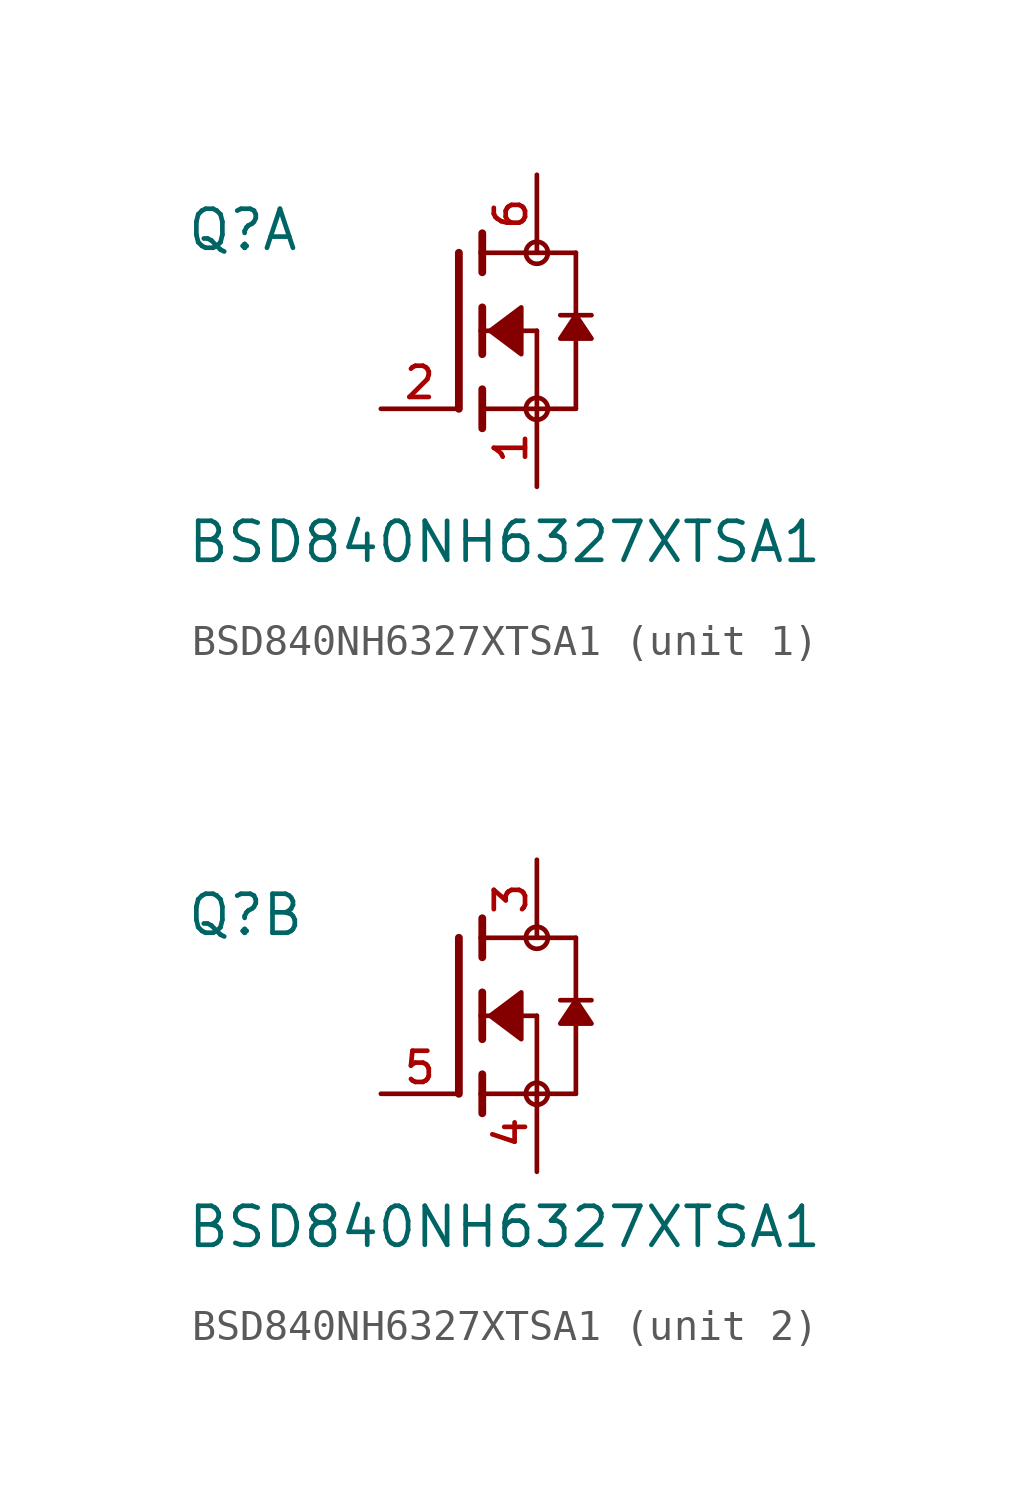
<source format=kicad_sym>
(kicad_symbol_lib
  (version 20211014)
  (generator kicad_symbol_editor)
  (symbol "BSD840NH6327XTSA1"
    (pin_names
      (offset 1.016))
    (property "Reference" "Q"
      (at -8.89 2.54 0)
      (effects (font (size 1.27 1.27)) (justify bottom left)))
    (property "Value" "BSD840NH6327XTSA1"
      (at -8.89 -7.62 0)
      (effects (font (size 1.27 1.27)) (justify bottom left)))
    (symbol "BSD840NH6327XTSA1_1_0"
      (polyline (pts (xy 0.762 0.762) (xy 0.762 0.0)) (stroke (width 0.254)))
      (polyline (pts (xy 0.762 0.0) (xy 0.762 -0.762)) (stroke (width 0.254)))
      (polyline (pts (xy 0.762 3.175) (xy 0.762 2.54)) (stroke (width 0.254)))
      (polyline (pts (xy 0.762 2.54) (xy 0.762 1.905)) (stroke (width 0.254)))
      (polyline (pts (xy 0.762 0.0) (xy 2.54 0.0)) (stroke (width 0.152)))
      (polyline (pts (xy 2.54 0.0) (xy 2.54 -2.54)) (stroke (width 0.152)))
      (polyline (pts (xy 0.762 -1.905) (xy 0.762 -3.175)) (stroke (width 0.254)))
      (polyline (pts (xy 0.0 2.54) (xy 0.0 -2.54)) (stroke (width 0.254)))
      (polyline (pts (xy 3.81 -2.54) (xy 0.762 -2.54)) (stroke (width 0.152)))
      (polyline (pts (xy 3.81 2.54) (xy 3.81 0.508)) (stroke (width 0.152)))
      (polyline (pts (xy 3.81 0.508) (xy 3.81 -2.54)) (stroke (width 0.152)))
      (polyline (pts (xy 0.762 2.54) (xy 3.81 2.54)) (stroke (width 0.152)))
      (polyline (pts (xy 4.318 0.508) (xy 3.81 0.508)) (stroke (width 0.152)))
      (polyline (pts (xy 3.81 0.508) (xy 3.302 0.508)) (stroke (width 0.152)))
      (circle (center 2.54 -2.54) (radius 0.359) (stroke (width 0.0)) (fill (type none)))
      (circle (center 2.54 2.54) (radius 0.359) (stroke (width 0.0)) (fill (type none)))
      (polyline (pts (xy 3.81 0.508) (xy 3.302 -0.254) (xy 4.318 -0.254) (xy 3.81 0.508)) (stroke (width 0.152)) (fill (type outline)))
      (polyline (pts (xy 1.016 0.0) (xy 2.032 0.762) (xy 2.032 -0.762) (xy 1.016 0.0)) (stroke (width 0.152)) (fill (type outline)))
      (pin passive line (at 2.54 -5.08 90.0) (length 2.54) (name "~" (effects (font (size 1.016 1.016)))) (number "1" (effects (font (size 1.016 1.016)))))
      (pin passive line (at -2.54 -2.54 0) (length 2.54) (name "~" (effects (font (size 1.016 1.016)))) (number "2" (effects (font (size 1.016 1.016)))))
      (pin passive line (at 2.54 5.08 270.0) (length 2.54) (name "~" (effects (font (size 1.016 1.016)))) (number "6" (effects (font (size 1.016 1.016))))))
    (symbol "BSD840NH6327XTSA1_2_0"
      (polyline (pts (xy 0.762 0.762) (xy 0.762 0.0)) (stroke (width 0.254)))
      (polyline (pts (xy 0.762 0.0) (xy 0.762 -0.762)) (stroke (width 0.254)))
      (polyline (pts (xy 0.762 3.175) (xy 0.762 2.54)) (stroke (width 0.254)))
      (polyline (pts (xy 0.762 2.54) (xy 0.762 1.905)) (stroke (width 0.254)))
      (polyline (pts (xy 0.762 0.0) (xy 2.54 0.0)) (stroke (width 0.152)))
      (polyline (pts (xy 2.54 0.0) (xy 2.54 -2.54)) (stroke (width 0.152)))
      (polyline (pts (xy 0.762 -1.905) (xy 0.762 -2.54)) (stroke (width 0.254)))
      (polyline (pts (xy 0.762 -2.54) (xy 0.762 -3.175)) (stroke (width 0.254)))
      (polyline (pts (xy 0.0 2.54) (xy 0.0 -2.54)) (stroke (width 0.254)))
      (polyline (pts (xy 2.54 -2.54) (xy 0.762 -2.54)) (stroke (width 0.152)))
      (polyline (pts (xy 3.81 2.54) (xy 3.81 0.508)) (stroke (width 0.152)))
      (polyline (pts (xy 3.81 0.508) (xy 3.81 -2.54)) (stroke (width 0.152)))
      (polyline (pts (xy 2.54 -2.54) (xy 3.81 -2.54)) (stroke (width 0.152)))
      (polyline (pts (xy 0.762 2.54) (xy 3.81 2.54)) (stroke (width 0.152)))
      (polyline (pts (xy 4.318 0.508) (xy 3.81 0.508)) (stroke (width 0.152)))
      (polyline (pts (xy 3.81 0.508) (xy 3.302 0.508)) (stroke (width 0.152)))
      (circle (center 2.54 -2.54) (radius 0.359) (stroke (width 0.0)) (fill (type none)))
      (circle (center 2.54 2.54) (radius 0.359) (stroke (width 0.0)) (fill (type none)))
      (polyline (pts (xy 3.81 0.508) (xy 3.302 -0.254) (xy 4.318 -0.254) (xy 3.81 0.508)) (stroke (width 0.152)) (fill (type outline)))
      (polyline (pts (xy 1.016 0.0) (xy 2.032 0.762) (xy 2.032 -0.762) (xy 1.016 0.0)) (stroke (width 0.152)) (fill (type outline)))
      (pin passive line (at 2.54 -5.08 90.0) (length 2.54) (name "~" (effects (font (size 1.016 1.016)))) (number "4" (effects (font (size 1.016 1.016)))))
      (pin passive line (at -2.54 -2.54 0) (length 2.54) (name "~" (effects (font (size 1.016 1.016)))) (number "5" (effects (font (size 1.016 1.016)))))
      (pin passive line (at 2.54 5.08 270.0) (length 2.54) (name "~" (effects (font (size 1.016 1.016)))) (number "3" (effects (font (size 1.016 1.016))))))))
</source>
